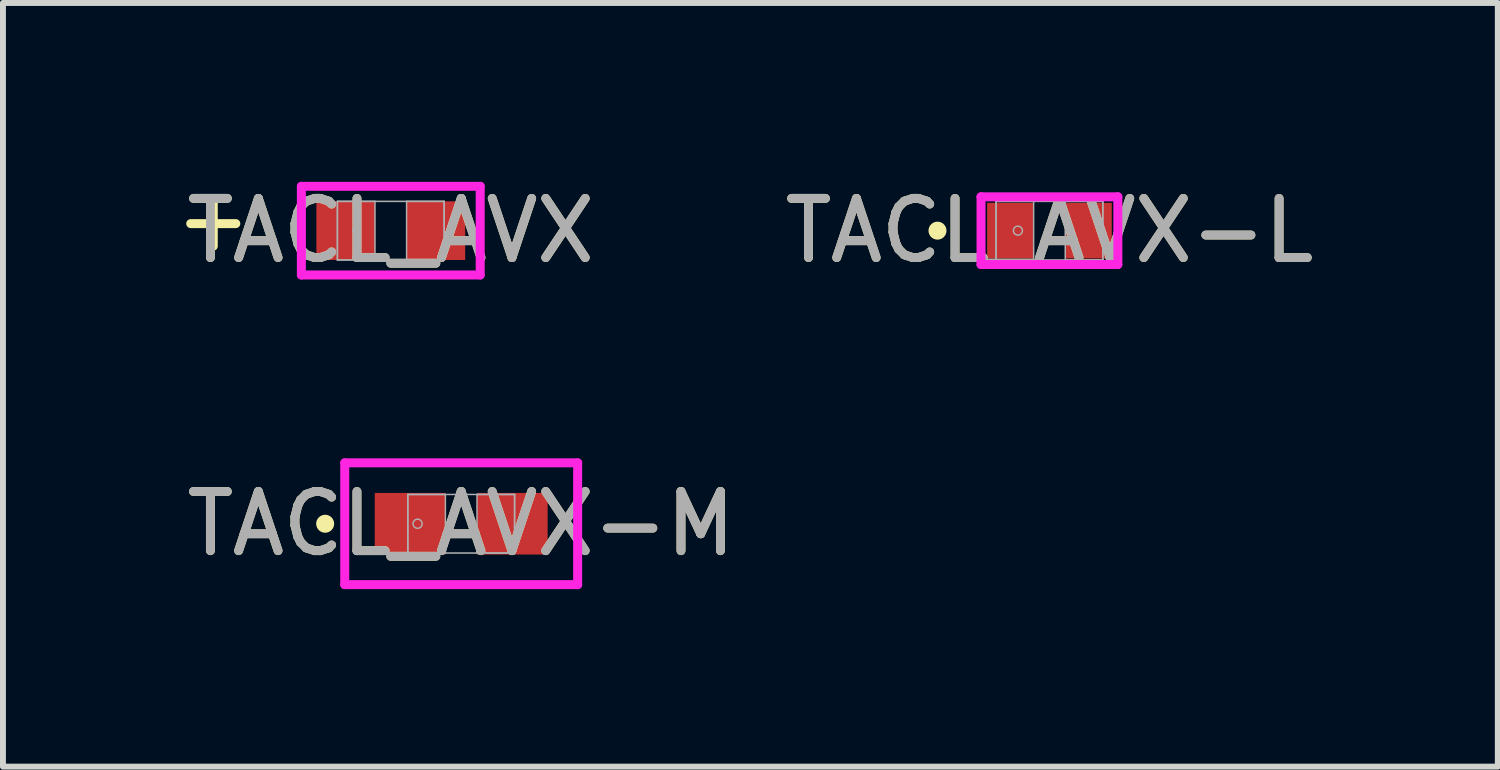
<source format=kicad_pcb>
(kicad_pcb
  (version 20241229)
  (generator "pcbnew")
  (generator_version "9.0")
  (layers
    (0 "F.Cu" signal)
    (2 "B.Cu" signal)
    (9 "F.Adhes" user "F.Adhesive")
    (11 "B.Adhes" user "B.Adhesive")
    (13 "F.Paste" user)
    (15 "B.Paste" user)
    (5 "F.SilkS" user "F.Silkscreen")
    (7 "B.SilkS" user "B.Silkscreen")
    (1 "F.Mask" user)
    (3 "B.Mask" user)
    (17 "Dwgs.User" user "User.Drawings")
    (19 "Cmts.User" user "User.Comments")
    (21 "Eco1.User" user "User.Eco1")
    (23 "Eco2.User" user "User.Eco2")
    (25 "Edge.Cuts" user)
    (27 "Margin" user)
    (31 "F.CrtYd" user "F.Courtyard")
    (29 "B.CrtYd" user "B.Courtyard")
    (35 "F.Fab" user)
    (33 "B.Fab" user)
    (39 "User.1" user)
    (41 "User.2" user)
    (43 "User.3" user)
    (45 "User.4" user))
  (footprint "TACL_AVX"
    (layer "F.Cu")
    (at 3.554 0.848)
    (property "Reference" "TACL_AVX" (at 0 0 0) (unlocked yes) (layer "F.SilkS") (effects (font (size 1 1) (thickness 0.15))))
    (attr smd)
    (fp_line (start -3 -0.5) (end -3 0.262) (stroke (width 0.152) (type solid)) (layer "F.SilkS"))
    (fp_line (start -2.619 -0.119) (end -3.381 -0.119) (stroke (width 0.152) (type solid)) (layer "F.SilkS"))
    (fp_line (start -1.511 -0.749) (end 1.511 -0.749) (stroke (width 0.152) (type solid)) (layer "F.CrtYd"))
    (fp_line (start -1.511 0.749) (end -1.511 -0.749) (stroke (width 0.152) (type solid)) (layer "F.CrtYd"))
    (fp_line (start 1.511 -0.749) (end 1.511 0.749) (stroke (width 0.152) (type solid)) (layer "F.CrtYd"))
    (fp_line (start 1.511 0.749) (end -1.511 0.749) (stroke (width 0.152) (type solid)) (layer "F.CrtYd"))
    (fp_line (start -0.902 -0.495) (end -0.902 0.495) (stroke (width 0.025) (type solid)) (layer "F.Fab"))
    (fp_line (start -0.902 -0.495) (end -0.902 0.495) (stroke (width 0.025) (type solid)) (layer "F.Fab"))
    (fp_line (start -0.902 0.495) (end -0.267 0.495) (stroke (width 0.025) (type solid)) (layer "F.Fab"))
    (fp_line (start -0.902 0.495) (end 0.902 0.495) (stroke (width 0.025) (type solid)) (layer "F.Fab"))
    (fp_line (start -0.267 -0.495) (end -0.902 -0.495) (stroke (width 0.025) (type solid)) (layer "F.Fab"))
    (fp_line (start -0.267 0.495) (end -0.267 -0.495) (stroke (width 0.025) (type solid)) (layer "F.Fab"))
    (fp_line (start 0.267 -0.495) (end 0.267 0.495) (stroke (width 0.025) (type solid)) (layer "F.Fab"))
    (fp_line (start 0.267 0.495) (end 0.902 0.495) (stroke (width 0.025) (type solid)) (layer "F.Fab"))
    (fp_line (start 0.902 -0.495) (end -0.902 -0.495) (stroke (width 0.025) (type solid)) (layer "F.Fab"))
    (fp_line (start 0.902 -0.495) (end 0.267 -0.495) (stroke (width 0.025) (type solid)) (layer "F.Fab"))
    (fp_line (start 0.902 0.495) (end 0.902 -0.495) (stroke (width 0.025) (type solid)) (layer "F.Fab"))
    (fp_line (start 0.902 0.495) (end 0.902 -0.495) (stroke (width 0.025) (type solid)) (layer "F.Fab"))
    (fp_circle (center -0.635 0) (end -0.635 0) (stroke (width 0.025) (type solid)) (fill no) (layer "F.Fab"))
    (fp_text user "${REFERENCE}" (at 0 0 0) (unlocked yes) (layer "F.Fab") (effects (font (size 1 1) (thickness 0.15))))
    (pad "1" smd rect (at -0.762 0) (size 0.991 0.991) (layers "F.Cu" "F.Mask" "F.Paste"))
    (pad "2" smd rect (at 0.762 0) (size 0.991 0.991) (layers "F.Cu" "F.Mask" "F.Paste"))
    (zone (net_name "") (layer "F.Cu") (hatch full 0.508) (connect_pads) (min_thickness 0.254) (filled_areas_thickness no) (keepout (tracks not_allowed) (vias not_allowed) (pads allowed) (copperpour not_allowed) (footprints allowed)) (placement (enabled no)) (fill) (polygon (pts (xy 3.338 0.404) (xy 3.769 0.404) (xy 3.769 1.293) (xy 3.338 1.293)))))
  (footprint "TACL_AVX-M"
    (layer "F.Cu")
    (at 4.744 5.801)
    (property "Reference" "TACL_AVX-M" (at 0 0 0) (unlocked yes) (layer "F.SilkS") (effects (font (size 1 1) (thickness 0.15))))
    (attr smd)
    (fp_circle (center -2.299 0) (end -2.223 0) (stroke (width 0.152) (type solid)) (fill no) (layer "F.SilkS"))
    (fp_line (start -1.968 -1.029) (end 1.968 -1.029) (stroke (width 0.152) (type solid)) (layer "F.CrtYd"))
    (fp_line (start -1.968 1.029) (end -1.968 -1.029) (stroke (width 0.152) (type solid)) (layer "F.CrtYd"))
    (fp_line (start 1.968 -1.029) (end 1.968 1.029) (stroke (width 0.152) (type solid)) (layer "F.CrtYd"))
    (fp_line (start 1.968 1.029) (end -1.968 1.029) (stroke (width 0.152) (type solid)) (layer "F.CrtYd"))
    (fp_line (start -0.902 -0.495) (end -0.902 0.495) (stroke (width 0.025) (type solid)) (layer "F.Fab"))
    (fp_line (start -0.902 -0.495) (end -0.902 0.495) (stroke (width 0.025) (type solid)) (layer "F.Fab"))
    (fp_line (start -0.902 0.495) (end -0.267 0.495) (stroke (width 0.025) (type solid)) (layer "F.Fab"))
    (fp_line (start -0.902 0.495) (end 0.902 0.495) (stroke (width 0.025) (type solid)) (layer "F.Fab"))
    (fp_line (start -0.267 -0.495) (end -0.902 -0.495) (stroke (width 0.025) (type solid)) (layer "F.Fab"))
    (fp_line (start -0.267 0.495) (end -0.267 -0.495) (stroke (width 0.025) (type solid)) (layer "F.Fab"))
    (fp_line (start 0.267 -0.495) (end 0.267 0.495) (stroke (width 0.025) (type solid)) (layer "F.Fab"))
    (fp_line (start 0.267 0.495) (end 0.902 0.495) (stroke (width 0.025) (type solid)) (layer "F.Fab"))
    (fp_line (start 0.902 -0.495) (end -0.902 -0.495) (stroke (width 0.025) (type solid)) (layer "F.Fab"))
    (fp_line (start 0.902 -0.495) (end 0.267 -0.495) (stroke (width 0.025) (type solid)) (layer "F.Fab"))
    (fp_line (start 0.902 0.495) (end 0.902 -0.495) (stroke (width 0.025) (type solid)) (layer "F.Fab"))
    (fp_line (start 0.902 0.495) (end 0.902 -0.495) (stroke (width 0.025) (type solid)) (layer "F.Fab"))
    (fp_circle (center -0.737 0) (end -0.66 0) (stroke (width 0.025) (type solid)) (fill no) (layer "F.Fab"))
    (fp_text user "${REFERENCE}" (at 0 0 0) (unlocked yes) (layer "F.Fab") (effects (font (size 1 1) (thickness 0.15))))
    (pad "1" smd rect (at -0.864 0) (size 1.194 1.041) (layers "F.Cu" "F.Mask" "F.Paste"))
    (pad "2" smd rect (at 0.864 0) (size 1.194 1.041) (layers "F.Cu" "F.Mask" "F.Paste"))
    (zone (net_name "") (layer "F.Cu") (hatch full 0.508) (connect_pads) (min_thickness 0.254) (filled_areas_thickness no) (keepout (tracks not_allowed) (vias not_allowed) (pads allowed) (copperpour not_allowed) (footprints allowed)) (placement (enabled no)) (fill) (polygon (pts (xy 4.528 5.357) (xy 4.96 5.357) (xy 4.96 6.246) (xy 4.528 6.246)))))
  (footprint "TACL_AVX-L"
    (layer "F.Cu")
    (at 14.685 0.848)
    (property "Reference" "TACL_AVX-L" (at 0 0 0) (unlocked yes) (layer "F.SilkS") (effects (font (size 1 1) (thickness 0.15))))
    (attr smd)
    (fp_circle (center -1.892 0) (end -1.816 0) (stroke (width 0.152) (type solid)) (fill no) (layer "F.SilkS"))
    (fp_line (start -1.156 -0.572) (end 1.156 -0.572) (stroke (width 0.152) (type solid)) (layer "F.CrtYd"))
    (fp_line (start -1.156 0.572) (end -1.156 -0.572) (stroke (width 0.152) (type solid)) (layer "F.CrtYd"))
    (fp_line (start 1.156 -0.572) (end 1.156 0.572) (stroke (width 0.152) (type solid)) (layer "F.CrtYd"))
    (fp_line (start 1.156 0.572) (end -1.156 0.572) (stroke (width 0.152) (type solid)) (layer "F.CrtYd"))
    (fp_line (start -0.902 -0.495) (end -0.902 0.495) (stroke (width 0.025) (type solid)) (layer "F.Fab"))
    (fp_line (start -0.902 -0.495) (end -0.902 0.495) (stroke (width 0.025) (type solid)) (layer "F.Fab"))
    (fp_line (start -0.902 0.495) (end -0.267 0.495) (stroke (width 0.025) (type solid)) (layer "F.Fab"))
    (fp_line (start -0.902 0.495) (end 0.902 0.495) (stroke (width 0.025) (type solid)) (layer "F.Fab"))
    (fp_line (start -0.267 -0.495) (end -0.902 -0.495) (stroke (width 0.025) (type solid)) (layer "F.Fab"))
    (fp_line (start -0.267 0.495) (end -0.267 -0.495) (stroke (width 0.025) (type solid)) (layer "F.Fab"))
    (fp_line (start 0.267 -0.495) (end 0.267 0.495) (stroke (width 0.025) (type solid)) (layer "F.Fab"))
    (fp_line (start 0.267 0.495) (end 0.902 0.495) (stroke (width 0.025) (type solid)) (layer "F.Fab"))
    (fp_line (start 0.902 -0.495) (end -0.902 -0.495) (stroke (width 0.025) (type solid)) (layer "F.Fab"))
    (fp_line (start 0.902 -0.495) (end 0.267 -0.495) (stroke (width 0.025) (type solid)) (layer "F.Fab"))
    (fp_line (start 0.902 0.495) (end 0.902 -0.495) (stroke (width 0.025) (type solid)) (layer "F.Fab"))
    (fp_line (start 0.902 0.495) (end 0.902 -0.495) (stroke (width 0.025) (type solid)) (layer "F.Fab"))
    (fp_circle (center -0.533 0) (end -0.457 0) (stroke (width 0.025) (type solid)) (fill no) (layer "F.Fab"))
    (fp_text user "${REFERENCE}" (at 0 0 0) (unlocked yes) (layer "F.Fab") (effects (font (size 1 1) (thickness 0.15))))
    (pad "1" smd rect (at -0.66 0) (size 0.787 0.94) (layers "F.Cu" "F.Mask" "F.Paste"))
    (pad "2" smd rect (at 0.66 0) (size 0.787 0.94) (layers "F.Cu" "F.Mask" "F.Paste"))
    (zone (net_name "") (layer "F.Cu") (hatch full 0.508) (connect_pads) (min_thickness 0.254) (filled_areas_thickness no) (keepout (tracks not_allowed) (vias not_allowed) (pads allowed) (copperpour not_allowed) (footprints allowed)) (placement (enabled no)) (fill) (polygon (pts (xy 14.469 0.404) (xy 14.9 0.404) (xy 14.9 1.293) (xy 14.469 1.293)))))
  (gr_rect
    (start -3 -3)
    (end 22.262 9.906)
    (stroke (width 0.1) (type default))
    (fill no)
    (layer "Edge.Cuts")))
</source>
